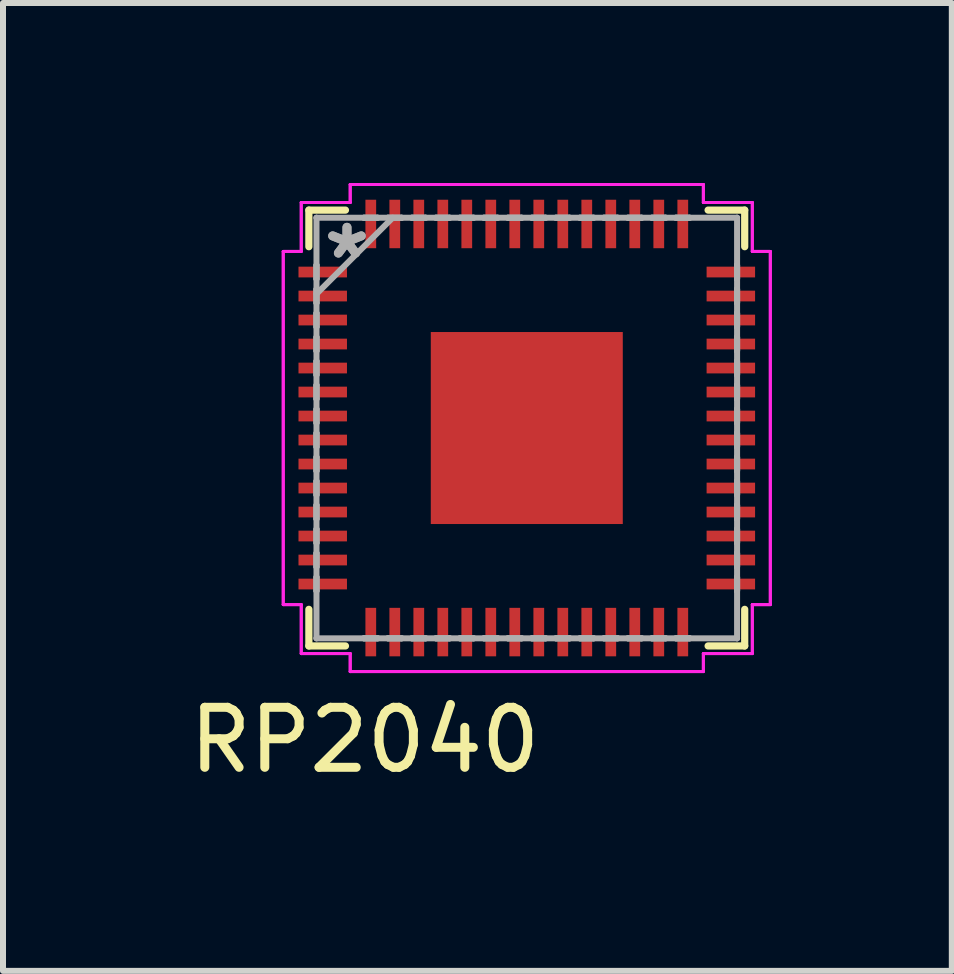
<source format=kicad_pcb>
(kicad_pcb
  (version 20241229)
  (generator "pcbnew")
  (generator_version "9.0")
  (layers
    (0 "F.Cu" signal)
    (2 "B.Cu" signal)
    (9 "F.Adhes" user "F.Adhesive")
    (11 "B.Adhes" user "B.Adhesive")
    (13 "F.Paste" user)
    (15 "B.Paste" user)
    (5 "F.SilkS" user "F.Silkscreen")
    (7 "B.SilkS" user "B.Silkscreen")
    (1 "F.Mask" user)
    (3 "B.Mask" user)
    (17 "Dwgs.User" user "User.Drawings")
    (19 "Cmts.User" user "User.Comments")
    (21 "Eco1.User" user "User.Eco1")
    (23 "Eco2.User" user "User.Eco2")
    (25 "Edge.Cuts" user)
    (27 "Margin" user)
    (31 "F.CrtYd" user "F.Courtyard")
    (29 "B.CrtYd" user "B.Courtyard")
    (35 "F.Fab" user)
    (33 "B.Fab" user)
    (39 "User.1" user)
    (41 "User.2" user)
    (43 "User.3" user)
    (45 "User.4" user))
  (footprint "RP2040"
    (layer "F.Cu")
    (at 5.73 4.084)
    (property "Reference" "RP2040" (at -2.7 5.2 0) (layer "F.SilkS") (effects (font (size 1 1) (thickness 0.15))))
    (attr through_hole)
    (fp_line (start -3.632 -3.632) (end -3.632 -3.022) (stroke (width 0.12) (type solid)) (layer "F.SilkS"))
    (fp_line (start -3.632 3.022) (end -3.632 3.632) (stroke (width 0.12) (type solid)) (layer "F.SilkS"))
    (fp_line (start -3.632 3.632) (end -3.022 3.632) (stroke (width 0.12) (type solid)) (layer "F.SilkS"))
    (fp_line (start -3.022 -3.632) (end -3.632 -3.632) (stroke (width 0.12) (type solid)) (layer "F.SilkS"))
    (fp_line (start 3.022 3.632) (end 3.632 3.632) (stroke (width 0.12) (type solid)) (layer "F.SilkS"))
    (fp_line (start 3.632 -3.632) (end 3.022 -3.632) (stroke (width 0.12) (type solid)) (layer "F.SilkS"))
    (fp_line (start 3.632 -3.022) (end 3.632 -3.632) (stroke (width 0.12) (type solid)) (layer "F.SilkS"))
    (fp_line (start 3.632 3.632) (end 3.632 3.022) (stroke (width 0.12) (type solid)) (layer "F.SilkS"))
    (fp_poly (pts (xy -1.5 -1.5) (xy -1.5 -0.1) (xy -0.1 -0.1) (xy -0.1 -1.5)) (stroke (width 0.1) (type solid)) (fill yes) (layer "F.Paste"))
    (fp_poly (pts (xy -1.5 0.1) (xy -1.5 1.5) (xy -0.1 1.5) (xy -0.1 0.1)) (stroke (width 0.1) (type solid)) (fill yes) (layer "F.Paste"))
    (fp_poly (pts (xy 0.1 -1.5) (xy 0.1 -0.1) (xy 1.5 -0.1) (xy 1.5 -1.5)) (stroke (width 0.1) (type solid)) (fill yes) (layer "F.Paste"))
    (fp_poly (pts (xy 0.1 0.1) (xy 0.1 1.5) (xy 1.5 1.5) (xy 1.5 0.1)) (stroke (width 0.1) (type solid)) (fill yes) (layer "F.Paste"))
    (fp_line (start -4.059 -2.943) (end -3.759 -2.943) (stroke (width 0.05) (type solid)) (layer "F.CrtYd"))
    (fp_line (start -4.059 -2.943) (end -3.759 -2.943) (stroke (width 0.05) (type solid)) (layer "F.CrtYd"))
    (fp_line (start -4.059 2.943) (end -4.059 -2.943) (stroke (width 0.05) (type solid)) (layer "F.CrtYd"))
    (fp_line (start -4.059 2.943) (end -4.059 -2.943) (stroke (width 0.05) (type solid)) (layer "F.CrtYd"))
    (fp_line (start -3.759 -3.759) (end -2.943 -3.759) (stroke (width 0.05) (type solid)) (layer "F.CrtYd"))
    (fp_line (start -3.759 -3.759) (end -2.943 -3.759) (stroke (width 0.05) (type solid)) (layer "F.CrtYd"))
    (fp_line (start -3.759 -2.943) (end -3.759 -3.759) (stroke (width 0.05) (type solid)) (layer "F.CrtYd"))
    (fp_line (start -3.759 -2.943) (end -3.759 -3.759) (stroke (width 0.05) (type solid)) (layer "F.CrtYd"))
    (fp_line (start -3.759 2.943) (end -4.059 2.943) (stroke (width 0.05) (type solid)) (layer "F.CrtYd"))
    (fp_line (start -3.759 2.943) (end -4.059 2.943) (stroke (width 0.05) (type solid)) (layer "F.CrtYd"))
    (fp_line (start -3.759 3.759) (end -3.759 2.943) (stroke (width 0.05) (type solid)) (layer "F.CrtYd"))
    (fp_line (start -3.759 3.759) (end -3.759 2.943) (stroke (width 0.05) (type solid)) (layer "F.CrtYd"))
    (fp_line (start -2.943 -4.059) (end 2.943 -4.059) (stroke (width 0.05) (type solid)) (layer "F.CrtYd"))
    (fp_line (start -2.943 -4.059) (end 2.943 -4.059) (stroke (width 0.05) (type solid)) (layer "F.CrtYd"))
    (fp_line (start -2.943 -3.759) (end -2.943 -4.059) (stroke (width 0.05) (type solid)) (layer "F.CrtYd"))
    (fp_line (start -2.943 -3.759) (end -2.943 -4.059) (stroke (width 0.05) (type solid)) (layer "F.CrtYd"))
    (fp_line (start -2.943 3.759) (end -3.759 3.759) (stroke (width 0.05) (type solid)) (layer "F.CrtYd"))
    (fp_line (start -2.943 3.759) (end -3.759 3.759) (stroke (width 0.05) (type solid)) (layer "F.CrtYd"))
    (fp_line (start -2.943 4.059) (end -2.943 3.759) (stroke (width 0.05) (type solid)) (layer "F.CrtYd"))
    (fp_line (start -2.943 4.059) (end -2.943 3.759) (stroke (width 0.05) (type solid)) (layer "F.CrtYd"))
    (fp_line (start 2.943 -4.059) (end 2.943 -3.759) (stroke (width 0.05) (type solid)) (layer "F.CrtYd"))
    (fp_line (start 2.943 -4.059) (end 2.943 -3.759) (stroke (width 0.05) (type solid)) (layer "F.CrtYd"))
    (fp_line (start 2.943 -3.759) (end 3.759 -3.759) (stroke (width 0.05) (type solid)) (layer "F.CrtYd"))
    (fp_line (start 2.943 -3.759) (end 3.759 -3.759) (stroke (width 0.05) (type solid)) (layer "F.CrtYd"))
    (fp_line (start 2.943 3.759) (end 2.943 4.059) (stroke (width 0.05) (type solid)) (layer "F.CrtYd"))
    (fp_line (start 2.943 3.759) (end 2.943 4.059) (stroke (width 0.05) (type solid)) (layer "F.CrtYd"))
    (fp_line (start 2.943 4.059) (end -2.943 4.059) (stroke (width 0.05) (type solid)) (layer "F.CrtYd"))
    (fp_line (start 2.943 4.059) (end -2.943 4.059) (stroke (width 0.05) (type solid)) (layer "F.CrtYd"))
    (fp_line (start 3.759 -3.759) (end 3.759 -2.943) (stroke (width 0.05) (type solid)) (layer "F.CrtYd"))
    (fp_line (start 3.759 -3.759) (end 3.759 -2.943) (stroke (width 0.05) (type solid)) (layer "F.CrtYd"))
    (fp_line (start 3.759 -2.943) (end 4.059 -2.943) (stroke (width 0.05) (type solid)) (layer "F.CrtYd"))
    (fp_line (start 3.759 -2.943) (end 4.059 -2.943) (stroke (width 0.05) (type solid)) (layer "F.CrtYd"))
    (fp_line (start 3.759 2.943) (end 3.759 3.759) (stroke (width 0.05) (type solid)) (layer "F.CrtYd"))
    (fp_line (start 3.759 2.943) (end 3.759 3.759) (stroke (width 0.05) (type solid)) (layer "F.CrtYd"))
    (fp_line (start 3.759 3.759) (end 2.943 3.759) (stroke (width 0.05) (type solid)) (layer "F.CrtYd"))
    (fp_line (start 3.759 3.759) (end 2.943 3.759) (stroke (width 0.05) (type solid)) (layer "F.CrtYd"))
    (fp_line (start 4.059 -2.943) (end 4.059 2.943) (stroke (width 0.05) (type solid)) (layer "F.CrtYd"))
    (fp_line (start 4.059 -2.943) (end 4.059 2.943) (stroke (width 0.05) (type solid)) (layer "F.CrtYd"))
    (fp_line (start 4.059 2.943) (end 3.759 2.943) (stroke (width 0.05) (type solid)) (layer "F.CrtYd"))
    (fp_line (start 4.059 2.943) (end 3.759 2.943) (stroke (width 0.05) (type solid)) (layer "F.CrtYd"))
    (fp_line (start -3.505 -3.505) (end -3.505 -3.505) (stroke (width 0.1) (type solid)) (layer "F.Fab"))
    (fp_line (start -3.505 -3.505) (end -3.505 3.505) (stroke (width 0.1) (type solid)) (layer "F.Fab"))
    (fp_line (start -3.505 -2.714) (end -3.505 -2.714) (stroke (width 0.1) (type solid)) (layer "F.Fab"))
    (fp_line (start -3.505 -2.714) (end -3.505 -2.486) (stroke (width 0.1) (type solid)) (layer "F.Fab"))
    (fp_line (start -3.505 -2.486) (end -3.505 -2.714) (stroke (width 0.1) (type solid)) (layer "F.Fab"))
    (fp_line (start -3.505 -2.486) (end -3.505 -2.486) (stroke (width 0.1) (type solid)) (layer "F.Fab"))
    (fp_line (start -3.505 -2.314) (end -3.505 -2.314) (stroke (width 0.1) (type solid)) (layer "F.Fab"))
    (fp_line (start -3.505 -2.314) (end -3.505 -2.086) (stroke (width 0.1) (type solid)) (layer "F.Fab"))
    (fp_line (start -3.505 -2.235) (end -2.235 -3.505) (stroke (width 0.1) (type solid)) (layer "F.Fab"))
    (fp_line (start -3.505 -2.086) (end -3.505 -2.314) (stroke (width 0.1) (type solid)) (layer "F.Fab"))
    (fp_line (start -3.505 -2.086) (end -3.505 -2.086) (stroke (width 0.1) (type solid)) (layer "F.Fab"))
    (fp_line (start -3.505 -1.914) (end -3.505 -1.914) (stroke (width 0.1) (type solid)) (layer "F.Fab"))
    (fp_line (start -3.505 -1.914) (end -3.505 -1.686) (stroke (width 0.1) (type solid)) (layer "F.Fab"))
    (fp_line (start -3.505 -1.686) (end -3.505 -1.914) (stroke (width 0.1) (type solid)) (layer "F.Fab"))
    (fp_line (start -3.505 -1.686) (end -3.505 -1.686) (stroke (width 0.1) (type solid)) (layer "F.Fab"))
    (fp_line (start -3.505 -1.514) (end -3.505 -1.514) (stroke (width 0.1) (type solid)) (layer "F.Fab"))
    (fp_line (start -3.505 -1.514) (end -3.505 -1.286) (stroke (width 0.1) (type solid)) (layer "F.Fab"))
    (fp_line (start -3.505 -1.286) (end -3.505 -1.514) (stroke (width 0.1) (type solid)) (layer "F.Fab"))
    (fp_line (start -3.505 -1.286) (end -3.505 -1.286) (stroke (width 0.1) (type solid)) (layer "F.Fab"))
    (fp_line (start -3.505 -1.114) (end -3.505 -1.114) (stroke (width 0.1) (type solid)) (layer "F.Fab"))
    (fp_line (start -3.505 -1.114) (end -3.505 -0.886) (stroke (width 0.1) (type solid)) (layer "F.Fab"))
    (fp_line (start -3.505 -0.886) (end -3.505 -1.114) (stroke (width 0.1) (type solid)) (layer "F.Fab"))
    (fp_line (start -3.505 -0.886) (end -3.505 -0.886) (stroke (width 0.1) (type solid)) (layer "F.Fab"))
    (fp_line (start -3.505 -0.714) (end -3.505 -0.714) (stroke (width 0.1) (type solid)) (layer "F.Fab"))
    (fp_line (start -3.505 -0.714) (end -3.505 -0.486) (stroke (width 0.1) (type solid)) (layer "F.Fab"))
    (fp_line (start -3.505 -0.486) (end -3.505 -0.714) (stroke (width 0.1) (type solid)) (layer "F.Fab"))
    (fp_line (start -3.505 -0.486) (end -3.505 -0.486) (stroke (width 0.1) (type solid)) (layer "F.Fab"))
    (fp_line (start -3.505 -0.314) (end -3.505 -0.314) (stroke (width 0.1) (type solid)) (layer "F.Fab"))
    (fp_line (start -3.505 -0.314) (end -3.505 -0.086) (stroke (width 0.1) (type solid)) (layer "F.Fab"))
    (fp_line (start -3.505 -0.086) (end -3.505 -0.314) (stroke (width 0.1) (type solid)) (layer "F.Fab"))
    (fp_line (start -3.505 -0.086) (end -3.505 -0.086) (stroke (width 0.1) (type solid)) (layer "F.Fab"))
    (fp_line (start -3.505 0.086) (end -3.505 0.086) (stroke (width 0.1) (type solid)) (layer "F.Fab"))
    (fp_line (start -3.505 0.086) (end -3.505 0.314) (stroke (width 0.1) (type solid)) (layer "F.Fab"))
    (fp_line (start -3.505 0.314) (end -3.505 0.086) (stroke (width 0.1) (type solid)) (layer "F.Fab"))
    (fp_line (start -3.505 0.314) (end -3.505 0.314) (stroke (width 0.1) (type solid)) (layer "F.Fab"))
    (fp_line (start -3.505 0.486) (end -3.505 0.486) (stroke (width 0.1) (type solid)) (layer "F.Fab"))
    (fp_line (start -3.505 0.486) (end -3.505 0.714) (stroke (width 0.1) (type solid)) (layer "F.Fab"))
    (fp_line (start -3.505 0.714) (end -3.505 0.486) (stroke (width 0.1) (type solid)) (layer "F.Fab"))
    (fp_line (start -3.505 0.714) (end -3.505 0.714) (stroke (width 0.1) (type solid)) (layer "F.Fab"))
    (fp_line (start -3.505 0.886) (end -3.505 0.886) (stroke (width 0.1) (type solid)) (layer "F.Fab"))
    (fp_line (start -3.505 0.886) (end -3.505 1.114) (stroke (width 0.1) (type solid)) (layer "F.Fab"))
    (fp_line (start -3.505 1.114) (end -3.505 0.886) (stroke (width 0.1) (type solid)) (layer "F.Fab"))
    (fp_line (start -3.505 1.114) (end -3.505 1.114) (stroke (width 0.1) (type solid)) (layer "F.Fab"))
    (fp_line (start -3.505 1.286) (end -3.505 1.286) (stroke (width 0.1) (type solid)) (layer "F.Fab"))
    (fp_line (start -3.505 1.286) (end -3.505 1.514) (stroke (width 0.1) (type solid)) (layer "F.Fab"))
    (fp_line (start -3.505 1.514) (end -3.505 1.286) (stroke (width 0.1) (type solid)) (layer "F.Fab"))
    (fp_line (start -3.505 1.514) (end -3.505 1.514) (stroke (width 0.1) (type solid)) (layer "F.Fab"))
    (fp_line (start -3.505 1.686) (end -3.505 1.686) (stroke (width 0.1) (type solid)) (layer "F.Fab"))
    (fp_line (start -3.505 1.686) (end -3.505 1.914) (stroke (width 0.1) (type solid)) (layer "F.Fab"))
    (fp_line (start -3.505 1.914) (end -3.505 1.686) (stroke (width 0.1) (type solid)) (layer "F.Fab"))
    (fp_line (start -3.505 1.914) (end -3.505 1.914) (stroke (width 0.1) (type solid)) (layer "F.Fab"))
    (fp_line (start -3.505 2.086) (end -3.505 2.086) (stroke (width 0.1) (type solid)) (layer "F.Fab"))
    (fp_line (start -3.505 2.086) (end -3.505 2.314) (stroke (width 0.1) (type solid)) (layer "F.Fab"))
    (fp_line (start -3.505 2.314) (end -3.505 2.086) (stroke (width 0.1) (type solid)) (layer "F.Fab"))
    (fp_line (start -3.505 2.314) (end -3.505 2.314) (stroke (width 0.1) (type solid)) (layer "F.Fab"))
    (fp_line (start -3.505 2.486) (end -3.505 2.486) (stroke (width 0.1) (type solid)) (layer "F.Fab"))
    (fp_line (start -3.505 2.486) (end -3.505 2.714) (stroke (width 0.1) (type solid)) (layer "F.Fab"))
    (fp_line (start -3.505 2.714) (end -3.505 2.486) (stroke (width 0.1) (type solid)) (layer "F.Fab"))
    (fp_line (start -3.505 2.714) (end -3.505 2.714) (stroke (width 0.1) (type solid)) (layer "F.Fab"))
    (fp_line (start -3.505 3.505) (end -3.505 3.505) (stroke (width 0.1) (type solid)) (layer "F.Fab"))
    (fp_line (start -3.505 3.505) (end 3.505 3.505) (stroke (width 0.1) (type solid)) (layer "F.Fab"))
    (fp_line (start -2.714 -3.505) (end -2.714 -3.505) (stroke (width 0.1) (type solid)) (layer "F.Fab"))
    (fp_line (start -2.714 -3.505) (end -2.486 -3.505) (stroke (width 0.1) (type solid)) (layer "F.Fab"))
    (fp_line (start -2.714 3.505) (end -2.714 3.505) (stroke (width 0.1) (type solid)) (layer "F.Fab"))
    (fp_line (start -2.714 3.505) (end -2.486 3.505) (stroke (width 0.1) (type solid)) (layer "F.Fab"))
    (fp_line (start -2.486 -3.505) (end -2.714 -3.505) (stroke (width 0.1) (type solid)) (layer "F.Fab"))
    (fp_line (start -2.486 -3.505) (end -2.486 -3.505) (stroke (width 0.1) (type solid)) (layer "F.Fab"))
    (fp_line (start -2.486 3.505) (end -2.714 3.505) (stroke (width 0.1) (type solid)) (layer "F.Fab"))
    (fp_line (start -2.486 3.505) (end -2.486 3.505) (stroke (width 0.1) (type solid)) (layer "F.Fab"))
    (fp_line (start -2.314 -3.505) (end -2.314 -3.505) (stroke (width 0.1) (type solid)) (layer "F.Fab"))
    (fp_line (start -2.314 -3.505) (end -2.086 -3.505) (stroke (width 0.1) (type solid)) (layer "F.Fab"))
    (fp_line (start -2.314 3.505) (end -2.314 3.505) (stroke (width 0.1) (type solid)) (layer "F.Fab"))
    (fp_line (start -2.314 3.505) (end -2.086 3.505) (stroke (width 0.1) (type solid)) (layer "F.Fab"))
    (fp_line (start -2.086 -3.505) (end -2.314 -3.505) (stroke (width 0.1) (type solid)) (layer "F.Fab"))
    (fp_line (start -2.086 -3.505) (end -2.086 -3.505) (stroke (width 0.1) (type solid)) (layer "F.Fab"))
    (fp_line (start -2.086 3.505) (end -2.314 3.505) (stroke (width 0.1) (type solid)) (layer "F.Fab"))
    (fp_line (start -2.086 3.505) (end -2.086 3.505) (stroke (width 0.1) (type solid)) (layer "F.Fab"))
    (fp_line (start -1.914 -3.505) (end -1.914 -3.505) (stroke (width 0.1) (type solid)) (layer "F.Fab"))
    (fp_line (start -1.914 -3.505) (end -1.686 -3.505) (stroke (width 0.1) (type solid)) (layer "F.Fab"))
    (fp_line (start -1.914 3.505) (end -1.914 3.505) (stroke (width 0.1) (type solid)) (layer "F.Fab"))
    (fp_line (start -1.914 3.505) (end -1.686 3.505) (stroke (width 0.1) (type solid)) (layer "F.Fab"))
    (fp_line (start -1.686 -3.505) (end -1.914 -3.505) (stroke (width 0.1) (type solid)) (layer "F.Fab"))
    (fp_line (start -1.686 -3.505) (end -1.686 -3.505) (stroke (width 0.1) (type solid)) (layer "F.Fab"))
    (fp_line (start -1.686 3.505) (end -1.914 3.505) (stroke (width 0.1) (type solid)) (layer "F.Fab"))
    (fp_line (start -1.686 3.505) (end -1.686 3.505) (stroke (width 0.1) (type solid)) (layer "F.Fab"))
    (fp_line (start -1.514 -3.505) (end -1.514 -3.505) (stroke (width 0.1) (type solid)) (layer "F.Fab"))
    (fp_line (start -1.514 -3.505) (end -1.286 -3.505) (stroke (width 0.1) (type solid)) (layer "F.Fab"))
    (fp_line (start -1.514 3.505) (end -1.514 3.505) (stroke (width 0.1) (type solid)) (layer "F.Fab"))
    (fp_line (start -1.514 3.505) (end -1.286 3.505) (stroke (width 0.1) (type solid)) (layer "F.Fab"))
    (fp_line (start -1.286 -3.505) (end -1.514 -3.505) (stroke (width 0.1) (type solid)) (layer "F.Fab"))
    (fp_line (start -1.286 -3.505) (end -1.286 -3.505) (stroke (width 0.1) (type solid)) (layer "F.Fab"))
    (fp_line (start -1.286 3.505) (end -1.514 3.505) (stroke (width 0.1) (type solid)) (layer "F.Fab"))
    (fp_line (start -1.286 3.505) (end -1.286 3.505) (stroke (width 0.1) (type solid)) (layer "F.Fab"))
    (fp_line (start -1.114 -3.505) (end -1.114 -3.505) (stroke (width 0.1) (type solid)) (layer "F.Fab"))
    (fp_line (start -1.114 -3.505) (end -0.886 -3.505) (stroke (width 0.1) (type solid)) (layer "F.Fab"))
    (fp_line (start -1.114 3.505) (end -1.114 3.505) (stroke (width 0.1) (type solid)) (layer "F.Fab"))
    (fp_line (start -1.114 3.505) (end -0.886 3.505) (stroke (width 0.1) (type solid)) (layer "F.Fab"))
    (fp_line (start -0.886 -3.505) (end -1.114 -3.505) (stroke (width 0.1) (type solid)) (layer "F.Fab"))
    (fp_line (start -0.886 -3.505) (end -0.886 -3.505) (stroke (width 0.1) (type solid)) (layer "F.Fab"))
    (fp_line (start -0.886 3.505) (end -1.114 3.505) (stroke (width 0.1) (type solid)) (layer "F.Fab"))
    (fp_line (start -0.886 3.505) (end -0.886 3.505) (stroke (width 0.1) (type solid)) (layer "F.Fab"))
    (fp_line (start -0.714 -3.505) (end -0.714 -3.505) (stroke (width 0.1) (type solid)) (layer "F.Fab"))
    (fp_line (start -0.714 -3.505) (end -0.486 -3.505) (stroke (width 0.1) (type solid)) (layer "F.Fab"))
    (fp_line (start -0.714 3.505) (end -0.714 3.505) (stroke (width 0.1) (type solid)) (layer "F.Fab"))
    (fp_line (start -0.714 3.505) (end -0.486 3.505) (stroke (width 0.1) (type solid)) (layer "F.Fab"))
    (fp_line (start -0.486 -3.505) (end -0.714 -3.505) (stroke (width 0.1) (type solid)) (layer "F.Fab"))
    (fp_line (start -0.486 -3.505) (end -0.486 -3.505) (stroke (width 0.1) (type solid)) (layer "F.Fab"))
    (fp_line (start -0.486 3.505) (end -0.714 3.505) (stroke (width 0.1) (type solid)) (layer "F.Fab"))
    (fp_line (start -0.486 3.505) (end -0.486 3.505) (stroke (width 0.1) (type solid)) (layer "F.Fab"))
    (fp_line (start -0.314 -3.505) (end -0.314 -3.505) (stroke (width 0.1) (type solid)) (layer "F.Fab"))
    (fp_line (start -0.314 -3.505) (end -0.086 -3.505) (stroke (width 0.1) (type solid)) (layer "F.Fab"))
    (fp_line (start -0.314 3.505) (end -0.314 3.505) (stroke (width 0.1) (type solid)) (layer "F.Fab"))
    (fp_line (start -0.314 3.505) (end -0.086 3.505) (stroke (width 0.1) (type solid)) (layer "F.Fab"))
    (fp_line (start -0.086 -3.505) (end -0.314 -3.505) (stroke (width 0.1) (type solid)) (layer "F.Fab"))
    (fp_line (start -0.086 -3.505) (end -0.086 -3.505) (stroke (width 0.1) (type solid)) (layer "F.Fab"))
    (fp_line (start -0.086 3.505) (end -0.314 3.505) (stroke (width 0.1) (type solid)) (layer "F.Fab"))
    (fp_line (start -0.086 3.505) (end -0.086 3.505) (stroke (width 0.1) (type solid)) (layer "F.Fab"))
    (fp_line (start 0.086 -3.505) (end 0.086 -3.505) (stroke (width 0.1) (type solid)) (layer "F.Fab"))
    (fp_line (start 0.086 -3.505) (end 0.314 -3.505) (stroke (width 0.1) (type solid)) (layer "F.Fab"))
    (fp_line (start 0.086 3.505) (end 0.086 3.505) (stroke (width 0.1) (type solid)) (layer "F.Fab"))
    (fp_line (start 0.086 3.505) (end 0.314 3.505) (stroke (width 0.1) (type solid)) (layer "F.Fab"))
    (fp_line (start 0.314 -3.505) (end 0.086 -3.505) (stroke (width 0.1) (type solid)) (layer "F.Fab"))
    (fp_line (start 0.314 -3.505) (end 0.314 -3.505) (stroke (width 0.1) (type solid)) (layer "F.Fab"))
    (fp_line (start 0.314 3.505) (end 0.086 3.505) (stroke (width 0.1) (type solid)) (layer "F.Fab"))
    (fp_line (start 0.314 3.505) (end 0.314 3.505) (stroke (width 0.1) (type solid)) (layer "F.Fab"))
    (fp_line (start 0.486 -3.505) (end 0.486 -3.505) (stroke (width 0.1) (type solid)) (layer "F.Fab"))
    (fp_line (start 0.486 -3.505) (end 0.714 -3.505) (stroke (width 0.1) (type solid)) (layer "F.Fab"))
    (fp_line (start 0.486 3.505) (end 0.486 3.505) (stroke (width 0.1) (type solid)) (layer "F.Fab"))
    (fp_line (start 0.486 3.505) (end 0.714 3.505) (stroke (width 0.1) (type solid)) (layer "F.Fab"))
    (fp_line (start 0.714 -3.505) (end 0.486 -3.505) (stroke (width 0.1) (type solid)) (layer "F.Fab"))
    (fp_line (start 0.714 -3.505) (end 0.714 -3.505) (stroke (width 0.1) (type solid)) (layer "F.Fab"))
    (fp_line (start 0.714 3.505) (end 0.486 3.505) (stroke (width 0.1) (type solid)) (layer "F.Fab"))
    (fp_line (start 0.714 3.505) (end 0.714 3.505) (stroke (width 0.1) (type solid)) (layer "F.Fab"))
    (fp_line (start 0.886 -3.505) (end 0.886 -3.505) (stroke (width 0.1) (type solid)) (layer "F.Fab"))
    (fp_line (start 0.886 -3.505) (end 1.114 -3.505) (stroke (width 0.1) (type solid)) (layer "F.Fab"))
    (fp_line (start 0.886 3.505) (end 0.886 3.505) (stroke (width 0.1) (type solid)) (layer "F.Fab"))
    (fp_line (start 0.886 3.505) (end 1.114 3.505) (stroke (width 0.1) (type solid)) (layer "F.Fab"))
    (fp_line (start 1.114 -3.505) (end 0.886 -3.505) (stroke (width 0.1) (type solid)) (layer "F.Fab"))
    (fp_line (start 1.114 -3.505) (end 1.114 -3.505) (stroke (width 0.1) (type solid)) (layer "F.Fab"))
    (fp_line (start 1.114 3.505) (end 0.886 3.505) (stroke (width 0.1) (type solid)) (layer "F.Fab"))
    (fp_line (start 1.114 3.505) (end 1.114 3.505) (stroke (width 0.1) (type solid)) (layer "F.Fab"))
    (fp_line (start 1.286 -3.505) (end 1.286 -3.505) (stroke (width 0.1) (type solid)) (layer "F.Fab"))
    (fp_line (start 1.286 -3.505) (end 1.514 -3.505) (stroke (width 0.1) (type solid)) (layer "F.Fab"))
    (fp_line (start 1.286 3.505) (end 1.286 3.505) (stroke (width 0.1) (type solid)) (layer "F.Fab"))
    (fp_line (start 1.286 3.505) (end 1.514 3.505) (stroke (width 0.1) (type solid)) (layer "F.Fab"))
    (fp_line (start 1.514 -3.505) (end 1.286 -3.505) (stroke (width 0.1) (type solid)) (layer "F.Fab"))
    (fp_line (start 1.514 -3.505) (end 1.514 -3.505) (stroke (width 0.1) (type solid)) (layer "F.Fab"))
    (fp_line (start 1.514 3.505) (end 1.286 3.505) (stroke (width 0.1) (type solid)) (layer "F.Fab"))
    (fp_line (start 1.514 3.505) (end 1.514 3.505) (stroke (width 0.1) (type solid)) (layer "F.Fab"))
    (fp_line (start 1.686 -3.505) (end 1.686 -3.505) (stroke (width 0.1) (type solid)) (layer "F.Fab"))
    (fp_line (start 1.686 -3.505) (end 1.914 -3.505) (stroke (width 0.1) (type solid)) (layer "F.Fab"))
    (fp_line (start 1.686 3.505) (end 1.686 3.505) (stroke (width 0.1) (type solid)) (layer "F.Fab"))
    (fp_line (start 1.686 3.505) (end 1.914 3.505) (stroke (width 0.1) (type solid)) (layer "F.Fab"))
    (fp_line (start 1.914 -3.505) (end 1.686 -3.505) (stroke (width 0.1) (type solid)) (layer "F.Fab"))
    (fp_line (start 1.914 -3.505) (end 1.914 -3.505) (stroke (width 0.1) (type solid)) (layer "F.Fab"))
    (fp_line (start 1.914 3.505) (end 1.686 3.505) (stroke (width 0.1) (type solid)) (layer "F.Fab"))
    (fp_line (start 1.914 3.505) (end 1.914 3.505) (stroke (width 0.1) (type solid)) (layer "F.Fab"))
    (fp_line (start 2.086 -3.505) (end 2.086 -3.505) (stroke (width 0.1) (type solid)) (layer "F.Fab"))
    (fp_line (start 2.086 -3.505) (end 2.314 -3.505) (stroke (width 0.1) (type solid)) (layer "F.Fab"))
    (fp_line (start 2.086 3.505) (end 2.086 3.505) (stroke (width 0.1) (type solid)) (layer "F.Fab"))
    (fp_line (start 2.086 3.505) (end 2.314 3.505) (stroke (width 0.1) (type solid)) (layer "F.Fab"))
    (fp_line (start 2.314 -3.505) (end 2.086 -3.505) (stroke (width 0.1) (type solid)) (layer "F.Fab"))
    (fp_line (start 2.314 -3.505) (end 2.314 -3.505) (stroke (width 0.1) (type solid)) (layer "F.Fab"))
    (fp_line (start 2.314 3.505) (end 2.086 3.505) (stroke (width 0.1) (type solid)) (layer "F.Fab"))
    (fp_line (start 2.314 3.505) (end 2.314 3.505) (stroke (width 0.1) (type solid)) (layer "F.Fab"))
    (fp_line (start 2.486 -3.505) (end 2.486 -3.505) (stroke (width 0.1) (type solid)) (layer "F.Fab"))
    (fp_line (start 2.486 -3.505) (end 2.714 -3.505) (stroke (width 0.1) (type solid)) (layer "F.Fab"))
    (fp_line (start 2.486 3.505) (end 2.486 3.505) (stroke (width 0.1) (type solid)) (layer "F.Fab"))
    (fp_line (start 2.486 3.505) (end 2.714 3.505) (stroke (width 0.1) (type solid)) (layer "F.Fab"))
    (fp_line (start 2.714 -3.505) (end 2.486 -3.505) (stroke (width 0.1) (type solid)) (layer "F.Fab"))
    (fp_line (start 2.714 -3.505) (end 2.714 -3.505) (stroke (width 0.1) (type solid)) (layer "F.Fab"))
    (fp_line (start 2.714 3.505) (end 2.486 3.505) (stroke (width 0.1) (type solid)) (layer "F.Fab"))
    (fp_line (start 2.714 3.505) (end 2.714 3.505) (stroke (width 0.1) (type solid)) (layer "F.Fab"))
    (fp_line (start 3.505 -3.505) (end -3.505 -3.505) (stroke (width 0.1) (type solid)) (layer "F.Fab"))
    (fp_line (start 3.505 -3.505) (end 3.505 -3.505) (stroke (width 0.1) (type solid)) (layer "F.Fab"))
    (fp_line (start 3.505 -2.714) (end 3.505 -2.714) (stroke (width 0.1) (type solid)) (layer "F.Fab"))
    (fp_line (start 3.505 -2.714) (end 3.505 -2.486) (stroke (width 0.1) (type solid)) (layer "F.Fab"))
    (fp_line (start 3.505 -2.486) (end 3.505 -2.714) (stroke (width 0.1) (type solid)) (layer "F.Fab"))
    (fp_line (start 3.505 -2.486) (end 3.505 -2.486) (stroke (width 0.1) (type solid)) (layer "F.Fab"))
    (fp_line (start 3.505 -2.314) (end 3.505 -2.314) (stroke (width 0.1) (type solid)) (layer "F.Fab"))
    (fp_line (start 3.505 -2.314) (end 3.505 -2.086) (stroke (width 0.1) (type solid)) (layer "F.Fab"))
    (fp_line (start 3.505 -2.086) (end 3.505 -2.314) (stroke (width 0.1) (type solid)) (layer "F.Fab"))
    (fp_line (start 3.505 -2.086) (end 3.505 -2.086) (stroke (width 0.1) (type solid)) (layer "F.Fab"))
    (fp_line (start 3.505 -1.914) (end 3.505 -1.914) (stroke (width 0.1) (type solid)) (layer "F.Fab"))
    (fp_line (start 3.505 -1.914) (end 3.505 -1.686) (stroke (width 0.1) (type solid)) (layer "F.Fab"))
    (fp_line (start 3.505 -1.686) (end 3.505 -1.914) (stroke (width 0.1) (type solid)) (layer "F.Fab"))
    (fp_line (start 3.505 -1.686) (end 3.505 -1.686) (stroke (width 0.1) (type solid)) (layer "F.Fab"))
    (fp_line (start 3.505 -1.514) (end 3.505 -1.514) (stroke (width 0.1) (type solid)) (layer "F.Fab"))
    (fp_line (start 3.505 -1.514) (end 3.505 -1.286) (stroke (width 0.1) (type solid)) (layer "F.Fab"))
    (fp_line (start 3.505 -1.286) (end 3.505 -1.514) (stroke (width 0.1) (type solid)) (layer "F.Fab"))
    (fp_line (start 3.505 -1.286) (end 3.505 -1.286) (stroke (width 0.1) (type solid)) (layer "F.Fab"))
    (fp_line (start 3.505 -1.114) (end 3.505 -1.114) (stroke (width 0.1) (type solid)) (layer "F.Fab"))
    (fp_line (start 3.505 -1.114) (end 3.505 -0.886) (stroke (width 0.1) (type solid)) (layer "F.Fab"))
    (fp_line (start 3.505 -0.886) (end 3.505 -1.114) (stroke (width 0.1) (type solid)) (layer "F.Fab"))
    (fp_line (start 3.505 -0.886) (end 3.505 -0.886) (stroke (width 0.1) (type solid)) (layer "F.Fab"))
    (fp_line (start 3.505 -0.714) (end 3.505 -0.714) (stroke (width 0.1) (type solid)) (layer "F.Fab"))
    (fp_line (start 3.505 -0.714) (end 3.505 -0.486) (stroke (width 0.1) (type solid)) (layer "F.Fab"))
    (fp_line (start 3.505 -0.486) (end 3.505 -0.714) (stroke (width 0.1) (type solid)) (layer "F.Fab"))
    (fp_line (start 3.505 -0.486) (end 3.505 -0.486) (stroke (width 0.1) (type solid)) (layer "F.Fab"))
    (fp_line (start 3.505 -0.314) (end 3.505 -0.314) (stroke (width 0.1) (type solid)) (layer "F.Fab"))
    (fp_line (start 3.505 -0.314) (end 3.505 -0.086) (stroke (width 0.1) (type solid)) (layer "F.Fab"))
    (fp_line (start 3.505 -0.086) (end 3.505 -0.314) (stroke (width 0.1) (type solid)) (layer "F.Fab"))
    (fp_line (start 3.505 -0.086) (end 3.505 -0.086) (stroke (width 0.1) (type solid)) (layer "F.Fab"))
    (fp_line (start 3.505 0.086) (end 3.505 0.086) (stroke (width 0.1) (type solid)) (layer "F.Fab"))
    (fp_line (start 3.505 0.086) (end 3.505 0.314) (stroke (width 0.1) (type solid)) (layer "F.Fab"))
    (fp_line (start 3.505 0.314) (end 3.505 0.086) (stroke (width 0.1) (type solid)) (layer "F.Fab"))
    (fp_line (start 3.505 0.314) (end 3.505 0.314) (stroke (width 0.1) (type solid)) (layer "F.Fab"))
    (fp_line (start 3.505 0.486) (end 3.505 0.486) (stroke (width 0.1) (type solid)) (layer "F.Fab"))
    (fp_line (start 3.505 0.486) (end 3.505 0.714) (stroke (width 0.1) (type solid)) (layer "F.Fab"))
    (fp_line (start 3.505 0.714) (end 3.505 0.486) (stroke (width 0.1) (type solid)) (layer "F.Fab"))
    (fp_line (start 3.505 0.714) (end 3.505 0.714) (stroke (width 0.1) (type solid)) (layer "F.Fab"))
    (fp_line (start 3.505 0.886) (end 3.505 0.886) (stroke (width 0.1) (type solid)) (layer "F.Fab"))
    (fp_line (start 3.505 0.886) (end 3.505 1.114) (stroke (width 0.1) (type solid)) (layer "F.Fab"))
    (fp_line (start 3.505 1.114) (end 3.505 0.886) (stroke (width 0.1) (type solid)) (layer "F.Fab"))
    (fp_line (start 3.505 1.114) (end 3.505 1.114) (stroke (width 0.1) (type solid)) (layer "F.Fab"))
    (fp_line (start 3.505 1.286) (end 3.505 1.286) (stroke (width 0.1) (type solid)) (layer "F.Fab"))
    (fp_line (start 3.505 1.286) (end 3.505 1.514) (stroke (width 0.1) (type solid)) (layer "F.Fab"))
    (fp_line (start 3.505 1.514) (end 3.505 1.286) (stroke (width 0.1) (type solid)) (layer "F.Fab"))
    (fp_line (start 3.505 1.514) (end 3.505 1.514) (stroke (width 0.1) (type solid)) (layer "F.Fab"))
    (fp_line (start 3.505 1.686) (end 3.505 1.686) (stroke (width 0.1) (type solid)) (layer "F.Fab"))
    (fp_line (start 3.505 1.686) (end 3.505 1.914) (stroke (width 0.1) (type solid)) (layer "F.Fab"))
    (fp_line (start 3.505 1.914) (end 3.505 1.686) (stroke (width 0.1) (type solid)) (layer "F.Fab"))
    (fp_line (start 3.505 1.914) (end 3.505 1.914) (stroke (width 0.1) (type solid)) (layer "F.Fab"))
    (fp_line (start 3.505 2.086) (end 3.505 2.086) (stroke (width 0.1) (type solid)) (layer "F.Fab"))
    (fp_line (start 3.505 2.086) (end 3.505 2.314) (stroke (width 0.1) (type solid)) (layer "F.Fab"))
    (fp_line (start 3.505 2.314) (end 3.505 2.086) (stroke (width 0.1) (type solid)) (layer "F.Fab"))
    (fp_line (start 3.505 2.314) (end 3.505 2.314) (stroke (width 0.1) (type solid)) (layer "F.Fab"))
    (fp_line (start 3.505 2.486) (end 3.505 2.486) (stroke (width 0.1) (type solid)) (layer "F.Fab"))
    (fp_line (start 3.505 2.486) (end 3.505 2.714) (stroke (width 0.1) (type solid)) (layer "F.Fab"))
    (fp_line (start 3.505 2.714) (end 3.505 2.486) (stroke (width 0.1) (type solid)) (layer "F.Fab"))
    (fp_line (start 3.505 2.714) (end 3.505 2.714) (stroke (width 0.1) (type solid)) (layer "F.Fab"))
    (fp_line (start 3.505 3.505) (end 3.505 -3.505) (stroke (width 0.1) (type solid)) (layer "F.Fab"))
    (fp_line (start 3.505 3.505) (end 3.505 3.505) (stroke (width 0.1) (type solid)) (layer "F.Fab"))
    (fp_text user "*" (at -2.997 -2.8 0) (layer "F.Fab") (effects (font (size 1 1) (thickness 0.15))))
    (fp_text user "*" (at -2.997 -2.8 0) (layer "F.Fab") (effects (font (size 1 1) (thickness 0.15))))
    (pad "1" smd rect (at -3.401 -2.6 90) (size 0.179 0.808) (layers "F.Cu" "F.Mask" "F.Paste"))
    (pad "2" smd rect (at -3.401 -2.2 90) (size 0.179 0.808) (layers "F.Cu" "F.Mask" "F.Paste"))
    (pad "3" smd rect (at -3.401 -1.8 90) (size 0.179 0.808) (layers "F.Cu" "F.Mask" "F.Paste"))
    (pad "4" smd rect (at -3.401 -1.4 90) (size 0.179 0.808) (layers "F.Cu" "F.Mask" "F.Paste"))
    (pad "5" smd rect (at -3.401 -1 90) (size 0.179 0.808) (layers "F.Cu" "F.Mask" "F.Paste"))
    (pad "6" smd rect (at -3.401 -0.6 90) (size 0.179 0.808) (layers "F.Cu" "F.Mask" "F.Paste"))
    (pad "7" smd rect (at -3.401 -0.2 90) (size 0.179 0.808) (layers "F.Cu" "F.Mask" "F.Paste"))
    (pad "8" smd rect (at -3.401 0.2 90) (size 0.179 0.808) (layers "F.Cu" "F.Mask" "F.Paste"))
    (pad "9" smd rect (at -3.401 0.6 90) (size 0.179 0.808) (layers "F.Cu" "F.Mask" "F.Paste"))
    (pad "10" smd rect (at -3.401 1 90) (size 0.179 0.808) (layers "F.Cu" "F.Mask" "F.Paste"))
    (pad "11" smd rect (at -3.401 1.4 90) (size 0.179 0.808) (layers "F.Cu" "F.Mask" "F.Paste"))
    (pad "12" smd rect (at -3.401 1.8 90) (size 0.179 0.808) (layers "F.Cu" "F.Mask" "F.Paste"))
    (pad "13" smd rect (at -3.401 2.2 90) (size 0.179 0.808) (layers "F.Cu" "F.Mask" "F.Paste"))
    (pad "14" smd rect (at -3.401 2.6 90) (size 0.179 0.808) (layers "F.Cu" "F.Mask" "F.Paste"))
    (pad "15" smd rect (at -2.6 3.401) (size 0.179 0.808) (layers "F.Cu" "F.Mask" "F.Paste"))
    (pad "16" smd rect (at -2.2 3.401) (size 0.179 0.808) (layers "F.Cu" "F.Mask" "F.Paste"))
    (pad "17" smd rect (at -1.8 3.401) (size 0.179 0.808) (layers "F.Cu" "F.Mask" "F.Paste"))
    (pad "18" smd rect (at -1.4 3.401) (size 0.179 0.808) (layers "F.Cu" "F.Mask" "F.Paste"))
    (pad "19" smd rect (at -1 3.401) (size 0.179 0.808) (layers "F.Cu" "F.Mask" "F.Paste"))
    (pad "20" smd rect (at -0.6 3.401) (size 0.179 0.808) (layers "F.Cu" "F.Mask" "F.Paste"))
    (pad "21" smd rect (at -0.2 3.401) (size 0.179 0.808) (layers "F.Cu" "F.Mask" "F.Paste"))
    (pad "22" smd rect (at 0.2 3.401) (size 0.179 0.808) (layers "F.Cu" "F.Mask" "F.Paste"))
    (pad "23" smd rect (at 0.6 3.401) (size 0.179 0.808) (layers "F.Cu" "F.Mask" "F.Paste"))
    (pad "24" smd rect (at 1 3.401) (size 0.179 0.808) (layers "F.Cu" "F.Mask" "F.Paste"))
    (pad "25" smd rect (at 1.4 3.401) (size 0.179 0.808) (layers "F.Cu" "F.Mask" "F.Paste"))
    (pad "26" smd rect (at 1.8 3.401) (size 0.179 0.808) (layers "F.Cu" "F.Mask" "F.Paste"))
    (pad "27" smd rect (at 2.2 3.401) (size 0.179 0.808) (layers "F.Cu" "F.Mask" "F.Paste"))
    (pad "28" smd rect (at 2.6 3.401) (size 0.179 0.808) (layers "F.Cu" "F.Mask" "F.Paste"))
    (pad "29" smd rect (at 3.401 2.6 90) (size 0.179 0.808) (layers "F.Cu" "F.Mask" "F.Paste"))
    (pad "30" smd rect (at 3.401 2.2 90) (size 0.179 0.808) (layers "F.Cu" "F.Mask" "F.Paste"))
    (pad "31" smd rect (at 3.401 1.8 90) (size 0.179 0.808) (layers "F.Cu" "F.Mask" "F.Paste"))
    (pad "32" smd rect (at 3.401 1.4 90) (size 0.179 0.808) (layers "F.Cu" "F.Mask" "F.Paste"))
    (pad "33" smd rect (at 3.401 1 90) (size 0.179 0.808) (layers "F.Cu" "F.Mask" "F.Paste"))
    (pad "34" smd rect (at 3.401 0.6 90) (size 0.179 0.808) (layers "F.Cu" "F.Mask" "F.Paste"))
    (pad "35" smd rect (at 3.401 0.2 90) (size 0.179 0.808) (layers "F.Cu" "F.Mask" "F.Paste"))
    (pad "36" smd rect (at 3.401 -0.2 90) (size 0.179 0.808) (layers "F.Cu" "F.Mask" "F.Paste"))
    (pad "37" smd rect (at 3.401 -0.6 90) (size 0.179 0.808) (layers "F.Cu" "F.Mask" "F.Paste"))
    (pad "38" smd rect (at 3.401 -1 90) (size 0.179 0.808) (layers "F.Cu" "F.Mask" "F.Paste"))
    (pad "39" smd rect (at 3.401 -1.4 90) (size 0.179 0.808) (layers "F.Cu" "F.Mask" "F.Paste"))
    (pad "40" smd rect (at 3.401 -1.8 90) (size 0.179 0.808) (layers "F.Cu" "F.Mask" "F.Paste"))
    (pad "41" smd rect (at 3.401 -2.2 90) (size 0.179 0.808) (layers "F.Cu" "F.Mask" "F.Paste"))
    (pad "42" smd rect (at 3.401 -2.6 90) (size 0.179 0.808) (layers "F.Cu" "F.Mask" "F.Paste"))
    (pad "43" smd rect (at 2.6 -3.401) (size 0.179 0.808) (layers "F.Cu" "F.Mask" "F.Paste"))
    (pad "44" smd rect (at 2.2 -3.401) (size 0.179 0.808) (layers "F.Cu" "F.Mask" "F.Paste"))
    (pad "45" smd rect (at 1.8 -3.401) (size 0.179 0.808) (layers "F.Cu" "F.Mask" "F.Paste"))
    (pad "46" smd rect (at 1.4 -3.401) (size 0.179 0.808) (layers "F.Cu" "F.Mask" "F.Paste"))
    (pad "47" smd rect (at 1 -3.401) (size 0.179 0.808) (layers "F.Cu" "F.Mask" "F.Paste"))
    (pad "48" smd rect (at 0.6 -3.401) (size 0.179 0.808) (layers "F.Cu" "F.Mask" "F.Paste"))
    (pad "49" smd rect (at 0.2 -3.401) (size 0.179 0.808) (layers "F.Cu" "F.Mask" "F.Paste"))
    (pad "50" smd rect (at -0.2 -3.401) (size 0.179 0.808) (layers "F.Cu" "F.Mask" "F.Paste"))
    (pad "51" smd rect (at -0.6 -3.401) (size 0.179 0.808) (layers "F.Cu" "F.Mask" "F.Paste"))
    (pad "52" smd rect (at -1 -3.401) (size 0.179 0.808) (layers "F.Cu" "F.Mask" "F.Paste"))
    (pad "53" smd rect (at -1.4 -3.401) (size 0.179 0.808) (layers "F.Cu" "F.Mask" "F.Paste"))
    (pad "54" smd rect (at -1.8 -3.401) (size 0.179 0.808) (layers "F.Cu" "F.Mask" "F.Paste"))
    (pad "55" smd rect (at -2.2 -3.401) (size 0.179 0.808) (layers "F.Cu" "F.Mask" "F.Paste"))
    (pad "56" smd rect (at -2.6 -3.401) (size 0.179 0.808) (layers "F.Cu" "F.Mask" "F.Paste"))
    (pad "57" smd rect (at 0 0) (size 3.2 3.2) (layers "F.Cu" "F.Mask")))
  (gr_rect
    (start -3 -3)
    (end 12.814 13.132)
    (stroke (width 0.1) (type default))
    (fill no)
    (layer "Edge.Cuts")))
</source>
